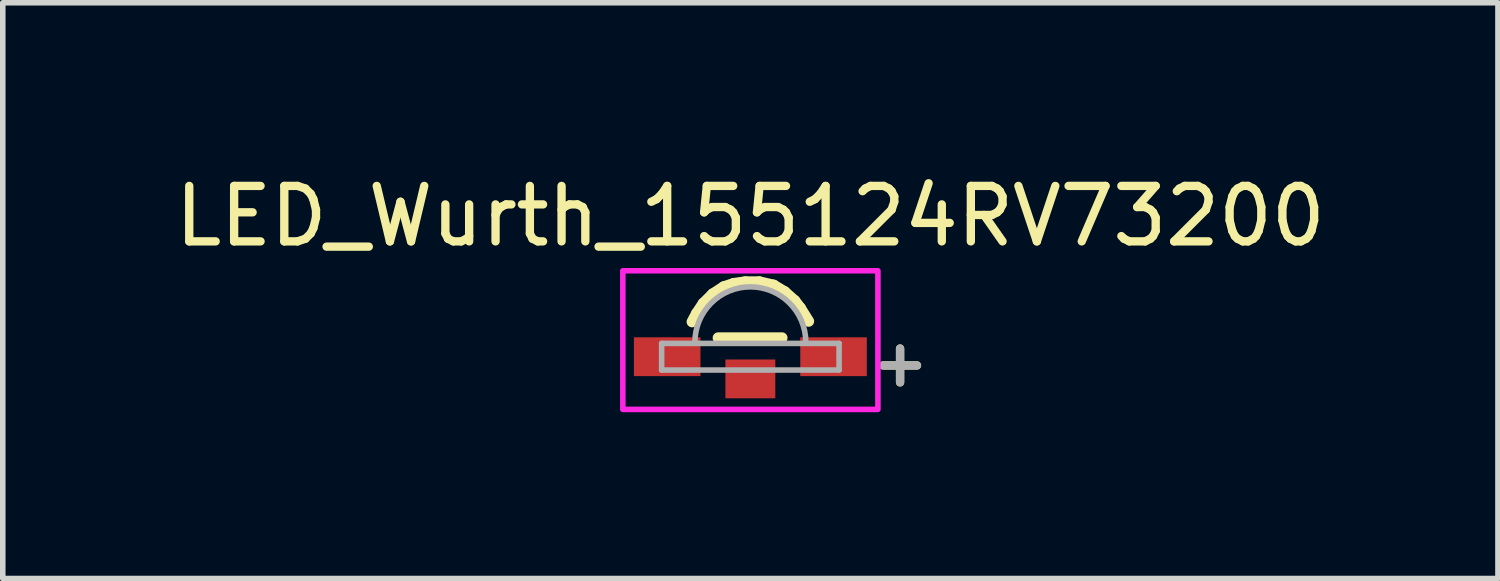
<source format=kicad_pcb>
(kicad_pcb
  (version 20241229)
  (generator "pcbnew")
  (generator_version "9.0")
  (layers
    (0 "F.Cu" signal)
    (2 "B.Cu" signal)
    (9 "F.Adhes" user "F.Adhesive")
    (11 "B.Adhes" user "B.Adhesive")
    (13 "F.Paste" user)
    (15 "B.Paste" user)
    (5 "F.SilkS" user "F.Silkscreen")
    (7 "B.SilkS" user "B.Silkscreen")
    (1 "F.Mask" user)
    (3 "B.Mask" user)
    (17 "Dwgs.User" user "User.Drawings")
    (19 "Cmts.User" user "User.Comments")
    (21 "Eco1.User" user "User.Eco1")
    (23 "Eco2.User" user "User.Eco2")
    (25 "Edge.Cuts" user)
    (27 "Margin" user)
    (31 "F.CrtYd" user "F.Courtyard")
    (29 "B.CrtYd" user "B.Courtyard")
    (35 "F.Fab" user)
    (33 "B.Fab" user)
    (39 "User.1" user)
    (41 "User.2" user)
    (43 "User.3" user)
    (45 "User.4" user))
  (footprint "LED_Wurth_155124RV73200"
    (layer "F.Cu")
    (at 10.482 3.383)
    (property "Reference" "LED_Wurth_155124RV73200" (at 0 -2.535 0) (layer "F.SilkS") (effects (font (size 1 1) (thickness 0.15))))
    (attr smd)
    (fp_line (start -1.05 -0.63) (end -0.97 -0.78) (stroke (width 0.2) (type solid)) (layer "F.SilkS"))
    (fp_line (start -0.97 -0.78) (end -0.85 -0.96) (stroke (width 0.2) (type solid)) (layer "F.SilkS"))
    (fp_line (start -0.85 -0.96) (end -0.68 -1.13) (stroke (width 0.2) (type solid)) (layer "F.SilkS"))
    (fp_line (start -0.68 -1.13) (end -0.48 -1.26) (stroke (width 0.2) (type solid)) (layer "F.SilkS"))
    (fp_line (start -0.48 -1.26) (end -0.3 -1.32) (stroke (width 0.2) (type solid)) (layer "F.SilkS"))
    (fp_line (start -0.3 -1.32) (end -0.09 -1.35) (stroke (width 0.2) (type solid)) (layer "F.SilkS"))
    (fp_line (start -0.09 -1.35) (end 0.16 -1.35) (stroke (width 0.2) (type solid)) (layer "F.SilkS"))
    (fp_line (start 0.16 -1.35) (end 0.42 -1.29) (stroke (width 0.2) (type solid)) (layer "F.SilkS"))
    (fp_line (start 0.42 -1.29) (end 0.62 -1.17) (stroke (width 0.2) (type solid)) (layer "F.SilkS"))
    (fp_line (start 0.57 -0.34) (end -0.58 -0.34) (stroke (width 0.2) (type solid)) (layer "F.SilkS"))
    (fp_line (start 0.62 -1.17) (end 0.8 -1.01) (stroke (width 0.2) (type solid)) (layer "F.SilkS"))
    (fp_line (start 0.8 -1.01) (end 0.9 -0.88) (stroke (width 0.2) (type solid)) (layer "F.SilkS"))
    (fp_line (start 0.9 -0.88) (end 1.05 -0.64) (stroke (width 0.2) (type solid)) (layer "F.SilkS"))
    (fp_poly (pts (xy -2.3 -1.55) (xy 2.3 -1.55) (xy 2.3 0.95) (xy -2.3 0.95)) (stroke (width 0.1) (type solid)) (fill no) (layer "F.CrtYd"))
    (fp_line (start -1.6 -0.24) (end 1.6 -0.24) (stroke (width 0.1) (type solid)) (layer "F.Fab"))
    (fp_line (start -1.6 0.24) (end -1.6 -0.24) (stroke (width 0.1) (type solid)) (layer "F.Fab"))
    (fp_line (start 1.6 -0.24) (end 1.6 0.24) (stroke (width 0.1) (type solid)) (layer "F.Fab"))
    (fp_line (start 1.6 0.24) (end -1.6 0.24) (stroke (width 0.1) (type solid)) (layer "F.Fab"))
    (fp_arc (start -1 -0.26) (mid 0 -1.26) (end 1 -0.26) (stroke (width 0.1) (type solid)) (layer "F.Fab"))
    (fp_text user "+" (at 2.7 0.1 0) (layer "F.SilkS") (effects (font (size 0.8 0.8) (thickness 0.15))))
    (fp_text user "+" (at 2.7 0.1 0) (layer "F.Fab") (effects (font (size 0.8 0.8) (thickness 0.15))))
    (pad "1" smd rect (at 0 0.4) (size 0.9 0.7) (layers "F.Cu" "F.Mask" "F.Paste"))
    (pad "2" smd rect (at 1.5 0) (size 1.2 0.7) (layers "F.Cu" "F.Mask" "F.Paste"))
    (pad "3" smd rect (at -1.5 0) (size 1.2 0.7) (layers "F.Cu" "F.Mask" "F.Paste")))
  (gr_rect
    (start -3 -3)
    (end 23.964 7.383)
    (stroke (width 0.1) (type default))
    (fill no)
    (layer "Edge.Cuts")))
</source>
